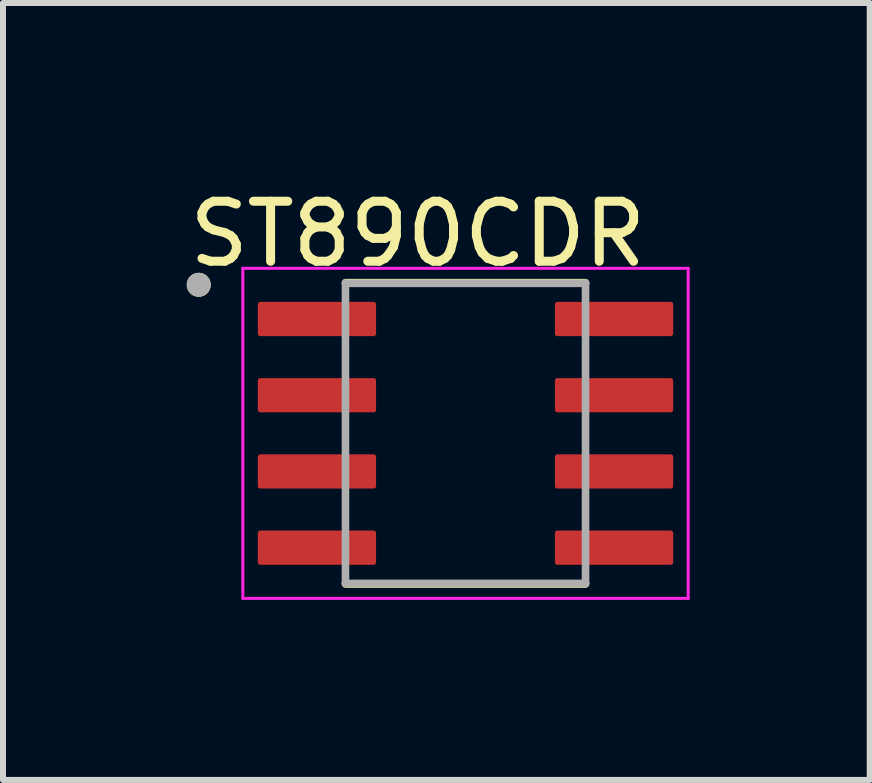
<source format=kicad_pcb>
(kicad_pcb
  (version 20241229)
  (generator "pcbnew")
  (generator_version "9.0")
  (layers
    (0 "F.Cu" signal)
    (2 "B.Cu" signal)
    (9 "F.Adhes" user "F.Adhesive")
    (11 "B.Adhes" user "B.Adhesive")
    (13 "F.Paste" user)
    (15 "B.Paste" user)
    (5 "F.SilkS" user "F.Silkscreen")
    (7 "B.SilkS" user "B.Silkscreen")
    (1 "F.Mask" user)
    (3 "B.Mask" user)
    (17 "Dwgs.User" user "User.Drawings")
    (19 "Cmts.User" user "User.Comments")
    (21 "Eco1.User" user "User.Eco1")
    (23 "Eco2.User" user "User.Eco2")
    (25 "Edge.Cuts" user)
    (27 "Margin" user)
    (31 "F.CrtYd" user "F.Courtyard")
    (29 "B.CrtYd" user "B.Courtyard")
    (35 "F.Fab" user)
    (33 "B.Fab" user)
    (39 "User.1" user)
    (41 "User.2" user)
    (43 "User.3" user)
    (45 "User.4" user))
  (footprint "ST890CDR"
    (layer "F.Cu")
    (at 4.706 4.17)
    (property "Reference" "ST890CDR" (at -0.795 -3.322 0) (layer "F.SilkS") (effects (font (size 1 1) (thickness 0.15))))
    (attr smd)
    (fp_line (start -2 -2.51) (end 2 -2.51) (stroke (width 0.127) (type solid)) (layer "F.SilkS"))
    (fp_line (start -2 2.51) (end 2 2.51) (stroke (width 0.127) (type solid)) (layer "F.SilkS"))
    (fp_circle (center -4.445 -2.475) (end -4.345 -2.475) (stroke (width 0.2) (type solid)) (fill no) (layer "F.SilkS"))
    (fp_line (start -3.71 -2.75) (end -3.71 2.75) (stroke (width 0.05) (type solid)) (layer "F.CrtYd"))
    (fp_line (start -3.71 -2.75) (end 3.71 -2.75) (stroke (width 0.05) (type solid)) (layer "F.CrtYd"))
    (fp_line (start -3.71 2.75) (end 3.71 2.75) (stroke (width 0.05) (type solid)) (layer "F.CrtYd"))
    (fp_line (start 3.71 -2.75) (end 3.71 2.75) (stroke (width 0.05) (type solid)) (layer "F.CrtYd"))
    (fp_line (start -2 -2.5) (end -2 2.5) (stroke (width 0.127) (type solid)) (layer "F.Fab"))
    (fp_line (start -2 -2.5) (end 2 -2.5) (stroke (width 0.127) (type solid)) (layer "F.Fab"))
    (fp_line (start -2 2.5) (end 2 2.5) (stroke (width 0.127) (type solid)) (layer "F.Fab"))
    (fp_line (start 2 -2.5) (end 2 2.5) (stroke (width 0.127) (type solid)) (layer "F.Fab"))
    (fp_circle (center -4.445 -2.475) (end -4.345 -2.475) (stroke (width 0.2) (type solid)) (fill no) (layer "F.Fab"))
    (pad "1" smd roundrect (at -2.475 -1.905) (size 1.97 0.57) (layers "F.Cu" "F.Mask" "F.Paste") (roundrect_rratio 0.07))
    (pad "2" smd roundrect (at -2.475 -0.635) (size 1.97 0.57) (layers "F.Cu" "F.Mask" "F.Paste") (roundrect_rratio 0.07))
    (pad "3" smd roundrect (at -2.475 0.635) (size 1.97 0.57) (layers "F.Cu" "F.Mask" "F.Paste") (roundrect_rratio 0.07))
    (pad "4" smd roundrect (at -2.475 1.905) (size 1.97 0.57) (layers "F.Cu" "F.Mask" "F.Paste") (roundrect_rratio 0.07))
    (pad "5" smd roundrect (at 2.475 1.905) (size 1.97 0.57) (layers "F.Cu" "F.Mask" "F.Paste") (roundrect_rratio 0.07))
    (pad "6" smd roundrect (at 2.475 0.635) (size 1.97 0.57) (layers "F.Cu" "F.Mask" "F.Paste") (roundrect_rratio 0.07))
    (pad "7" smd roundrect (at 2.475 -0.635) (size 1.97 0.57) (layers "F.Cu" "F.Mask" "F.Paste") (roundrect_rratio 0.07))
    (pad "8" smd roundrect (at 2.475 -1.905) (size 1.97 0.57) (layers "F.Cu" "F.Mask" "F.Paste") (roundrect_rratio 0.07)))
  (gr_rect
    (start -3 -3)
    (end 11.441 9.945)
    (stroke (width 0.1) (type default))
    (fill no)
    (layer "Edge.Cuts")))
</source>
